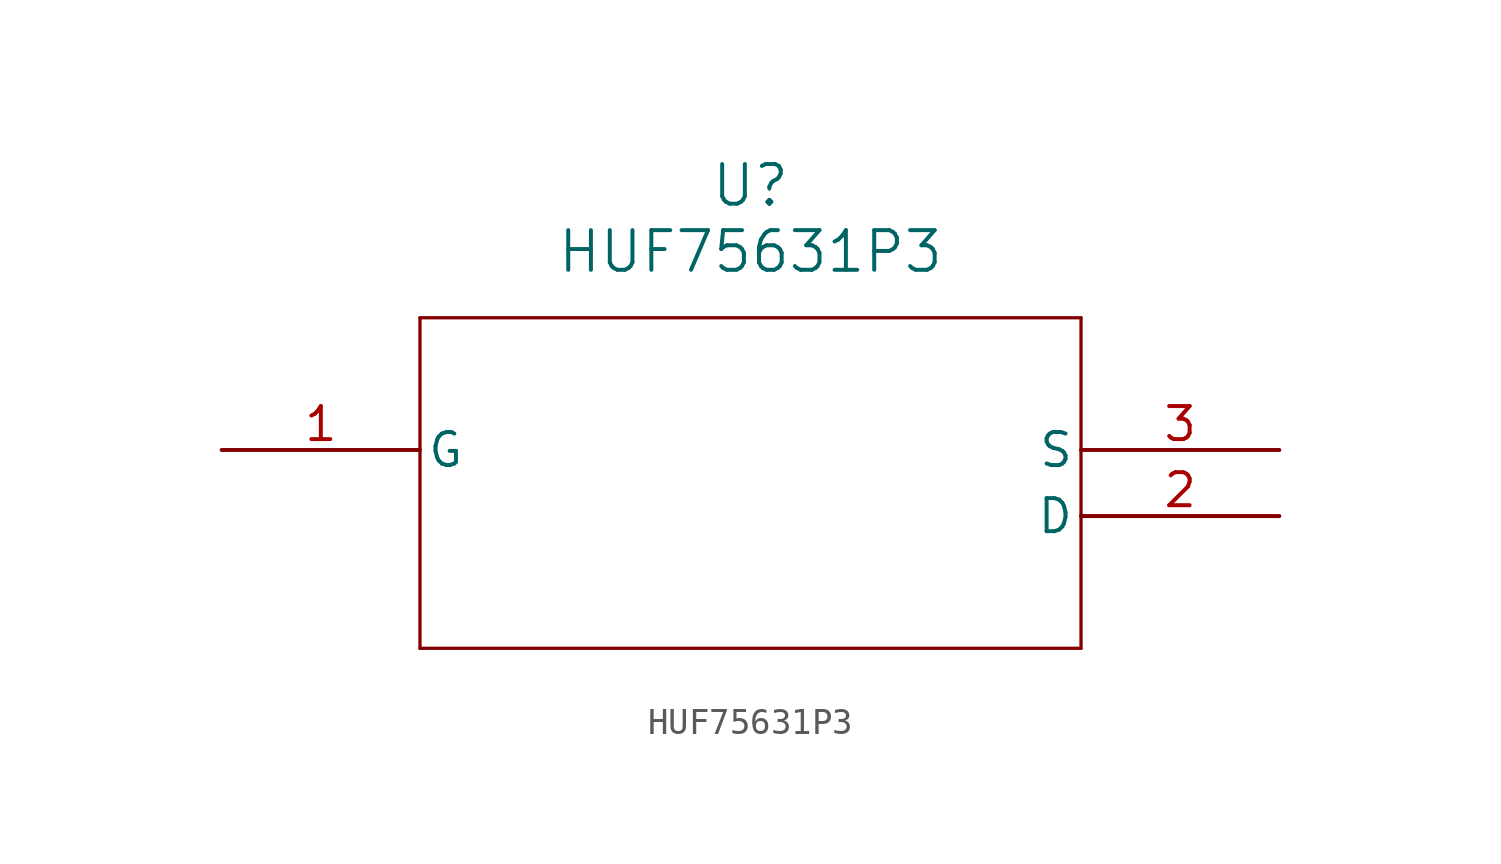
<source format=kicad_sym>
(kicad_symbol_lib
  (version 20211014)
  (generator kicad_symbol_editor)
  (symbol "HUF75631P3"
    (pin_names
      (offset 0.254))
    (property "Reference" "U"
      (at 20.32 10.16 0)
      (effects (font (size 1.524 1.524))))
    (property "Value" "HUF75631P3"
      (at 20.32 7.62 0)
      (effects (font (size 1.524 1.524))))
    (symbol "HUF75631P3_0_1"
      (polyline (pts (xy 7.62 5.08) (xy 7.62 -7.62)) (stroke (width 0.127) (type default) (color 0 0 0 0)) (fill (type none)))
      (polyline (pts (xy 7.62 -7.62) (xy 33.02 -7.62)) (stroke (width 0.127) (type default) (color 0 0 0 0)) (fill (type none)))
      (polyline (pts (xy 33.02 -7.62) (xy 33.02 5.08)) (stroke (width 0.127) (type default) (color 0 0 0 0)) (fill (type none)))
      (polyline (pts (xy 33.02 5.08) (xy 7.62 5.08)) (stroke (width 0.127) (type default) (color 0 0 0 0)) (fill (type none)))
      (pin unspecified line (at 0 0 0) (length 7.62) (name "G" (effects (font (size 1.27 1.27)))) (number "1" (effects (font (size 1.27 1.27)))))
      (pin unspecified line (at 40.64 -2.54 180) (length 7.62) (name "D" (effects (font (size 1.27 1.27)))) (number "2" (effects (font (size 1.27 1.27)))))
      (pin unspecified line (at 40.64 0 180) (length 7.62) (name "S" (effects (font (size 1.27 1.27)))) (number "3" (effects (font (size 1.27 1.27))))))))
</source>
